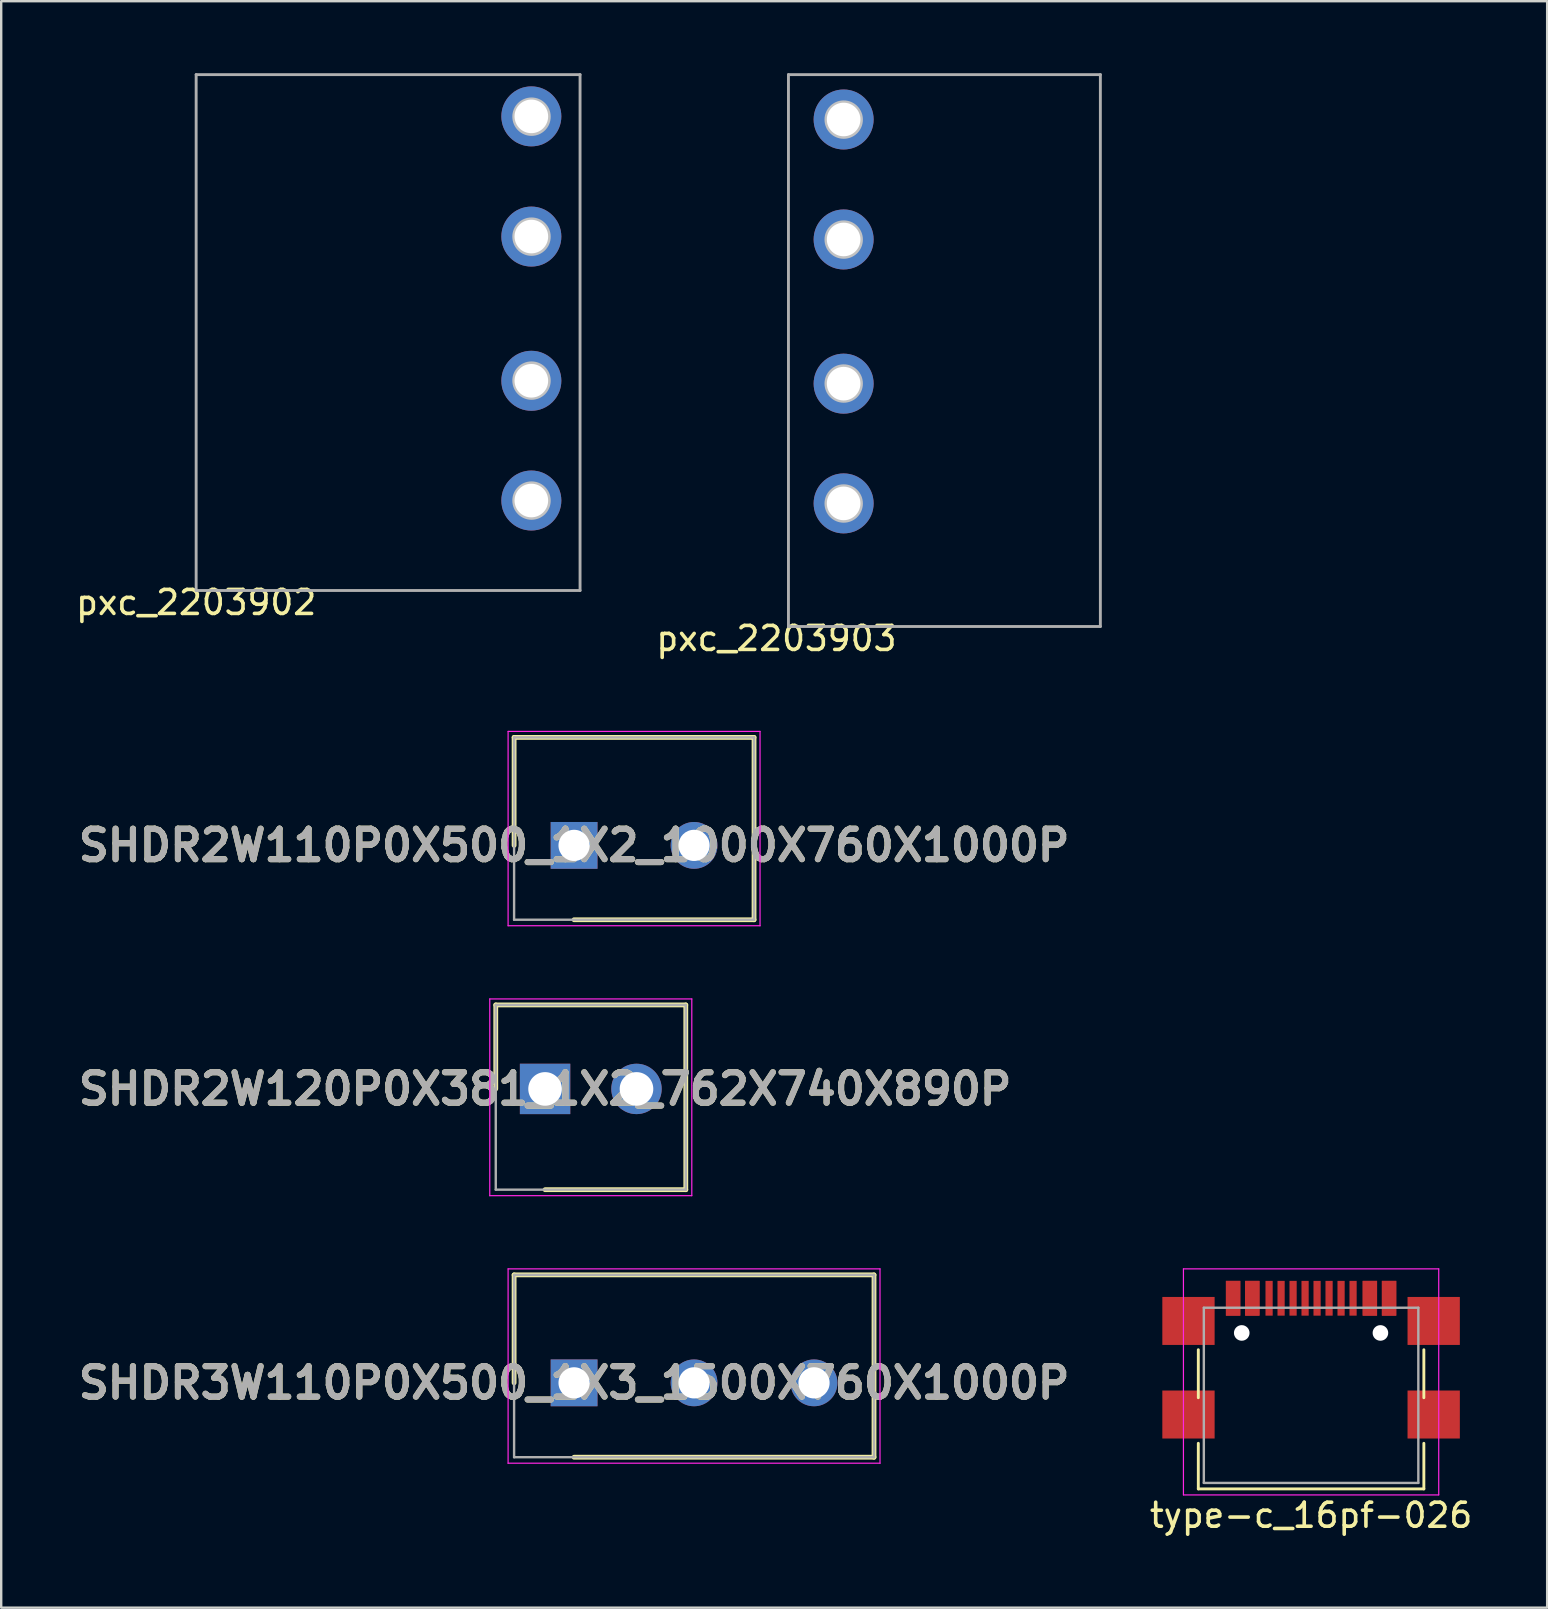
<source format=kicad_pcb>
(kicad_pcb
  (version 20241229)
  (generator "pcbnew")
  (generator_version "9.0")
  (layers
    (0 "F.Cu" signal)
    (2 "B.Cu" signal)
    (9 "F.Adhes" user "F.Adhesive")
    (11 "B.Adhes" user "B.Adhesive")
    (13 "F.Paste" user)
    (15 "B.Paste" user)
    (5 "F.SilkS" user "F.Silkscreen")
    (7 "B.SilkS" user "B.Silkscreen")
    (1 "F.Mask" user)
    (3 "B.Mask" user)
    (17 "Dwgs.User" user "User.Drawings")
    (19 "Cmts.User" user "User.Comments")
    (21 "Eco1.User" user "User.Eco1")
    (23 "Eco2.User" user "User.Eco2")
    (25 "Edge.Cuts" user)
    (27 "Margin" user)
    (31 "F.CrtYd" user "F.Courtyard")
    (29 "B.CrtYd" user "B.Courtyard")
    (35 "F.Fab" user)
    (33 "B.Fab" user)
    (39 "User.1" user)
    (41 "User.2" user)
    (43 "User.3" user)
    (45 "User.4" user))
  (footprint "SHDR3W110P0X500_1X3_1500X760X1000P"
    (layer "F.Cu")
    (at 20.876 54.583)
    (property "Reference" "SHDR3W110P0X500_1X3_1500X760X1000P" (at 0 0 0) (layer "F.SilkS") (effects (font (size 1.27 1.27) (thickness 0.254))))
    (attr through_hole)
    (fp_line (start -2.5 -4.5) (end -2.5 0) (stroke (width 0.2) (type solid)) (layer "F.SilkS"))
    (fp_line (start 0 3.1) (end 12.5 3.1) (stroke (width 0.2) (type solid)) (layer "F.SilkS"))
    (fp_line (start 12.5 -4.5) (end -2.5 -4.5) (stroke (width 0.2) (type solid)) (layer "F.SilkS"))
    (fp_line (start 12.5 3.1) (end 12.5 -4.5) (stroke (width 0.2) (type solid)) (layer "F.SilkS"))
    (fp_line (start -2.75 -4.75) (end 12.75 -4.75) (stroke (width 0.05) (type solid)) (layer "F.CrtYd"))
    (fp_line (start -2.75 3.35) (end -2.75 -4.75) (stroke (width 0.05) (type solid)) (layer "F.CrtYd"))
    (fp_line (start 12.75 -4.75) (end 12.75 3.35) (stroke (width 0.05) (type solid)) (layer "F.CrtYd"))
    (fp_line (start 12.75 3.35) (end -2.75 3.35) (stroke (width 0.05) (type solid)) (layer "F.CrtYd"))
    (fp_line (start -2.5 -4.5) (end 12.5 -4.5) (stroke (width 0.1) (type solid)) (layer "F.Fab"))
    (fp_line (start -2.5 3.1) (end -2.5 -4.5) (stroke (width 0.1) (type solid)) (layer "F.Fab"))
    (fp_line (start 12.5 -4.5) (end 12.5 3.1) (stroke (width 0.1) (type solid)) (layer "F.Fab"))
    (fp_line (start 12.5 3.1) (end -2.5 3.1) (stroke (width 0.1) (type solid)) (layer "F.Fab"))
    (fp_text user "${REFERENCE}" (at 0 0 0) (layer "F.Fab") (effects (font (size 1.27 1.27) (thickness 0.254))))
    (pad "1" thru_hole rect (at 0 0) (size 1.95 1.95) (drill 1.3) (layers "*.Cu" "*.Mask"))
    (pad "2" thru_hole circle (at 5 0) (size 1.95 1.95) (drill 1.3) (layers "*.Cu" "*.Mask"))
    (pad "3" thru_hole circle (at 10 0) (size 1.95 1.95) (drill 1.3) (layers "*.Cu" "*.Mask")))
  (footprint "pxc_2203903"
    (layer "F.Cu")
    (at 29.31 23.06)
    (property "Reference" "pxc_2203903" (at 0 0.5 0) (layer "F.SilkS") (effects (font (size 1 1) (thickness 0.15))))
    (attr through_hole)
    (fp_circle (center 2.803 -21.125) (end 3.503 -21.125) (stroke (width 0.2) (type solid)) (fill no) (layer "Dwgs.User"))
    (fp_circle (center 2.803 -16.125) (end 3.503 -16.125) (stroke (width 0.2) (type solid)) (fill no) (layer "Dwgs.User"))
    (fp_circle (center 2.803 -10.125) (end 3.503 -10.125) (stroke (width 0.2) (type solid)) (fill no) (layer "Dwgs.User"))
    (fp_circle (center 2.803 -5.125) (end 3.503 -5.125) (stroke (width 0.2) (type solid)) (fill no) (layer "Dwgs.User"))
    (fp_line (start 0.5 -23) (end 13.5 -23) (stroke (width 0.12) (type solid)) (layer "F.Fab"))
    (fp_line (start 0.5 0) (end 0.5 -23) (stroke (width 0.12) (type solid)) (layer "F.Fab"))
    (fp_line (start 13.5 -23) (end 13.5 0) (stroke (width 0.12) (type solid)) (layer "F.Fab"))
    (fp_line (start 13.5 0) (end 0.5 0) (stroke (width 0.12) (type solid)) (layer "F.Fab"))
    (pad "1" thru_hole circle (at 2.8 -21.13) (size 2.5 2.5) (drill 1.4) (layers "*.Cu" "*.Mask"))
    (pad "2" thru_hole circle (at 2.8 -16.13) (size 2.5 2.5) (drill 1.4) (layers "*.Cu" "*.Mask"))
    (pad "3" thru_hole circle (at 2.8 -10.12) (size 2.5 2.5) (drill 1.4) (layers "*.Cu" "*.Mask"))
    (pad "4" thru_hole circle (at 2.8 -5.13) (size 2.5 2.5) (drill 1.4) (layers "*.Cu" "*.Mask")))
  (footprint "SHDR2W110P0X500_1X2_1000X760X1000P"
    (layer "F.Cu")
    (at 20.876 32.183)
    (property "Reference" "SHDR2W110P0X500_1X2_1000X760X1000P" (at 0 0 0) (layer "F.SilkS") (effects (font (size 1.27 1.27) (thickness 0.254))))
    (attr through_hole)
    (fp_line (start -2.5 -4.5) (end -2.5 0) (stroke (width 0.2) (type solid)) (layer "F.SilkS"))
    (fp_line (start 0 3.1) (end 7.5 3.1) (stroke (width 0.2) (type solid)) (layer "F.SilkS"))
    (fp_line (start 7.5 -4.5) (end -2.5 -4.5) (stroke (width 0.2) (type solid)) (layer "F.SilkS"))
    (fp_line (start 7.5 3.1) (end 7.5 -4.5) (stroke (width 0.2) (type solid)) (layer "F.SilkS"))
    (fp_line (start -2.75 -4.75) (end 7.75 -4.75) (stroke (width 0.05) (type solid)) (layer "F.CrtYd"))
    (fp_line (start -2.75 3.35) (end -2.75 -4.75) (stroke (width 0.05) (type solid)) (layer "F.CrtYd"))
    (fp_line (start 7.75 -4.75) (end 7.75 3.35) (stroke (width 0.05) (type solid)) (layer "F.CrtYd"))
    (fp_line (start 7.75 3.35) (end -2.75 3.35) (stroke (width 0.05) (type solid)) (layer "F.CrtYd"))
    (fp_line (start -2.5 -4.5) (end 7.5 -4.5) (stroke (width 0.1) (type solid)) (layer "F.Fab"))
    (fp_line (start -2.5 3.1) (end -2.5 -4.5) (stroke (width 0.1) (type solid)) (layer "F.Fab"))
    (fp_line (start 7.5 -4.5) (end 7.5 3.1) (stroke (width 0.1) (type solid)) (layer "F.Fab"))
    (fp_line (start 7.5 3.1) (end -2.5 3.1) (stroke (width 0.1) (type solid)) (layer "F.Fab"))
    (fp_text user "${REFERENCE}" (at 0 0 0) (layer "F.Fab") (effects (font (size 1.27 1.27) (thickness 0.254))))
    (pad "1" thru_hole rect (at 0 0) (size 1.95 1.95) (drill 1.3) (layers "*.Cu" "*.Mask"))
    (pad "2" thru_hole circle (at 5 0) (size 1.95 1.95) (drill 1.3) (layers "*.Cu" "*.Mask")))
  (footprint "pxc_2203902"
    (layer "F.Cu")
    (at 5.125 21.56)
    (property "Reference" "pxc_2203902" (at 0 0.5 0) (layer "F.SilkS") (effects (font (size 1 1) (thickness 0.15))))
    (attr through_hole)
    (fp_circle (center 13.977 -19.747) (end 14.677 -19.747) (stroke (width 0.2) (type solid)) (fill no) (layer "Dwgs.User"))
    (fp_circle (center 13.977 -14.747) (end 14.677 -14.747) (stroke (width 0.2) (type solid)) (fill no) (layer "Dwgs.User"))
    (fp_circle (center 13.977 -8.747) (end 14.677 -8.747) (stroke (width 0.2) (type solid)) (fill no) (layer "Dwgs.User"))
    (fp_circle (center 13.977 -3.747) (end 14.677 -3.747) (stroke (width 0.2) (type solid)) (fill no) (layer "Dwgs.User"))
    (fp_line (start 0 -21.5) (end 0 0) (stroke (width 0.12) (type solid)) (layer "F.Fab"))
    (fp_line (start 0 0) (end 16 0) (stroke (width 0.12) (type solid)) (layer "F.Fab"))
    (fp_line (start 16 -21.5) (end 0 -21.5) (stroke (width 0.12) (type solid)) (layer "F.Fab"))
    (fp_line (start 16 0) (end 16 -21.5) (stroke (width 0.12) (type solid)) (layer "F.Fab"))
    (pad "1" thru_hole circle (at 13.97 -19.76) (size 2.5 2.5) (drill 1.4) (layers "*.Cu" "*.Mask"))
    (pad "2" thru_hole circle (at 13.97 -14.75) (size 2.5 2.5) (drill 1.4) (layers "*.Cu" "*.Mask"))
    (pad "3" thru_hole circle (at 13.97 -8.74) (size 2.5 2.5) (drill 1.4) (layers "*.Cu" "*.Mask"))
    (pad "4" thru_hole circle (at 13.97 -3.75) (size 2.5 2.5) (drill 1.4) (layers "*.Cu" "*.Mask")))
  (footprint "type-c_16pf-026"
    (layer "F.Cu")
    (at 51.592 55.103)
    (property "Reference" "type-c_16pf-026" (at 0 5 0) (layer "F.SilkS") (effects (font (size 1 1) (thickness 0.15))))
    (attr through_hole)
    (fp_line (start -4.7 -1.9) (end -4.7 0.1) (stroke (width 0.12) (type solid)) (layer "F.SilkS"))
    (fp_line (start -4.7 2) (end -4.7 3.9) (stroke (width 0.12) (type solid)) (layer "F.SilkS"))
    (fp_line (start -4.7 3.9) (end 4.7 3.9) (stroke (width 0.12) (type solid)) (layer "F.SilkS"))
    (fp_line (start 4.7 -1.9) (end 4.7 0.1) (stroke (width 0.12) (type solid)) (layer "F.SilkS"))
    (fp_line (start 4.7 2) (end 4.7 3.9) (stroke (width 0.12) (type solid)) (layer "F.SilkS"))
    (fp_line (start -5.32 -5.27) (end -5.32 4.15) (stroke (width 0.05) (type solid)) (layer "F.CrtYd"))
    (fp_line (start -5.32 -5.27) (end 5.32 -5.27) (stroke (width 0.05) (type solid)) (layer "F.CrtYd"))
    (fp_line (start -5.32 4.15) (end 5.32 4.15) (stroke (width 0.05) (type solid)) (layer "F.CrtYd"))
    (fp_line (start 5.32 -5.27) (end 5.32 4.15) (stroke (width 0.05) (type solid)) (layer "F.CrtYd"))
    (fp_line (start -4.47 -3.65) (end -4.47 3.65) (stroke (width 0.1) (type solid)) (layer "F.Fab"))
    (fp_line (start -4.47 -3.65) (end 4.47 -3.65) (stroke (width 0.1) (type solid)) (layer "F.Fab"))
    (fp_line (start -4.47 3.65) (end 4.47 3.65) (stroke (width 0.1) (type solid)) (layer "F.Fab"))
    (fp_line (start 4.47 -3.65) (end 4.47 3.65) (stroke (width 0.1) (type solid)) (layer "F.Fab"))
    (pad "" np_thru_hole circle (at -2.89 -2.6) (size 0.65 0.65) (drill 0.65) (layers "*.Cu" "*.Mask"))
    (pad "" np_thru_hole circle (at 2.89 -2.6) (size 0.65 0.65) (drill 0.65) (layers "*.Cu" "*.Mask"))
    (pad "A1" smd rect (at -3.25 -4.045) (size 0.6 1.45) (layers "F.Cu" "F.Mask" "F.Paste"))
    (pad "A4" smd rect (at -2.45 -4.045) (size 0.6 1.45) (layers "F.Cu" "F.Mask" "F.Paste"))
    (pad "A5" smd rect (at -1.25 -4.045) (size 0.3 1.45) (layers "F.Cu" "F.Mask" "F.Paste"))
    (pad "A6" smd rect (at -0.25 -4.045) (size 0.3 1.45) (layers "F.Cu" "F.Mask" "F.Paste"))
    (pad "A7" smd rect (at 0.25 -4.045) (size 0.3 1.45) (layers "F.Cu" "F.Mask" "F.Paste"))
    (pad "A8" smd rect (at 1.25 -4.045) (size 0.3 1.45) (layers "F.Cu" "F.Mask" "F.Paste"))
    (pad "A9" smd rect (at 2.45 -4.045) (size 0.6 1.45) (layers "F.Cu" "F.Mask" "F.Paste"))
    (pad "A12" smd rect (at 3.25 -4.045) (size 0.6 1.45) (layers "F.Cu" "F.Mask" "F.Paste"))
    (pad "B1" smd rect (at 3.25 -4.045) (size 0.6 1.45) (layers "F.Cu" "F.Mask" "F.Paste"))
    (pad "B4" smd rect (at 2.45 -4.045) (size 0.6 1.45) (layers "F.Cu" "F.Mask" "F.Paste"))
    (pad "B5" smd rect (at 1.75 -4.045) (size 0.3 1.45) (layers "F.Cu" "F.Mask" "F.Paste"))
    (pad "B6" smd rect (at 0.75 -4.045) (size 0.3 1.45) (layers "F.Cu" "F.Mask" "F.Paste"))
    (pad "B7" smd rect (at -0.75 -4.045) (size 0.3 1.45) (layers "F.Cu" "F.Mask" "F.Paste"))
    (pad "B8" smd rect (at -1.75 -4.045) (size 0.3 1.45) (layers "F.Cu" "F.Mask" "F.Paste"))
    (pad "B9" smd rect (at -2.45 -4.045) (size 0.6 1.45) (layers "F.Cu" "F.Mask" "F.Paste"))
    (pad "B12" smd rect (at -3.25 -4.045) (size 0.6 1.45) (layers "F.Cu" "F.Mask" "F.Paste"))
    (pad "S1" smd rect (at -5.11 -3.1) (size 2.18 2) (layers "F.Cu" "F.Mask" "F.Paste"))
    (pad "S1" smd rect (at -5.11 0.8) (size 2.18 2) (layers "F.Cu" "F.Mask" "F.Paste"))
    (pad "S1" smd rect (at 5.11 -3.1) (size 2.18 2) (layers "F.Cu" "F.Mask" "F.Paste"))
    (pad "S1" smd rect (at 5.11 0.8) (size 2.18 2) (layers "F.Cu" "F.Mask" "F.Paste")))
  (footprint "SHDR2W120P0X381_1X2_762X740X890P"
    (layer "F.Cu")
    (at 19.667 42.333)
    (property "Reference" "SHDR2W120P0X381_1X2_762X740X890P" (at 0 0 0) (layer "F.SilkS") (effects (font (size 1.27 1.27) (thickness 0.254))))
    (attr through_hole)
    (fp_line (start -2.055 -3.5) (end -2.055 0) (stroke (width 0.2) (type solid)) (layer "F.SilkS"))
    (fp_line (start 0 4.2) (end 5.865 4.2) (stroke (width 0.2) (type solid)) (layer "F.SilkS"))
    (fp_line (start 5.865 -3.5) (end -2.055 -3.5) (stroke (width 0.2) (type solid)) (layer "F.SilkS"))
    (fp_line (start 5.865 4.2) (end 5.865 -3.5) (stroke (width 0.2) (type solid)) (layer "F.SilkS"))
    (fp_line (start -2.305 -3.75) (end 6.115 -3.75) (stroke (width 0.05) (type solid)) (layer "F.CrtYd"))
    (fp_line (start -2.305 4.45) (end -2.305 -3.75) (stroke (width 0.05) (type solid)) (layer "F.CrtYd"))
    (fp_line (start 6.115 -3.75) (end 6.115 4.45) (stroke (width 0.05) (type solid)) (layer "F.CrtYd"))
    (fp_line (start 6.115 4.45) (end -2.305 4.45) (stroke (width 0.05) (type solid)) (layer "F.CrtYd"))
    (fp_line (start -2.055 -3.5) (end 5.865 -3.5) (stroke (width 0.1) (type solid)) (layer "F.Fab"))
    (fp_line (start -2.055 4.2) (end -2.055 -3.5) (stroke (width 0.1) (type solid)) (layer "F.Fab"))
    (fp_line (start 5.865 -3.5) (end 5.865 4.2) (stroke (width 0.1) (type solid)) (layer "F.Fab"))
    (fp_line (start 5.865 4.2) (end -2.055 4.2) (stroke (width 0.1) (type solid)) (layer "F.Fab"))
    (fp_text user "${REFERENCE}" (at 0 0 0) (layer "F.Fab") (effects (font (size 1.27 1.27) (thickness 0.254))))
    (pad "1" thru_hole rect (at 0 0) (size 2.1 2.1) (drill 1.4) (layers "*.Cu" "*.Mask"))
    (pad "2" thru_hole circle (at 3.81 0) (size 2.1 2.1) (drill 1.4) (layers "*.Cu" "*.Mask")))
  (gr_rect
    (start -3 -3)
    (end 61.431 63.952)
    (stroke (width 0.1) (type default))
    (fill no)
    (layer "Edge.Cuts")))
</source>
